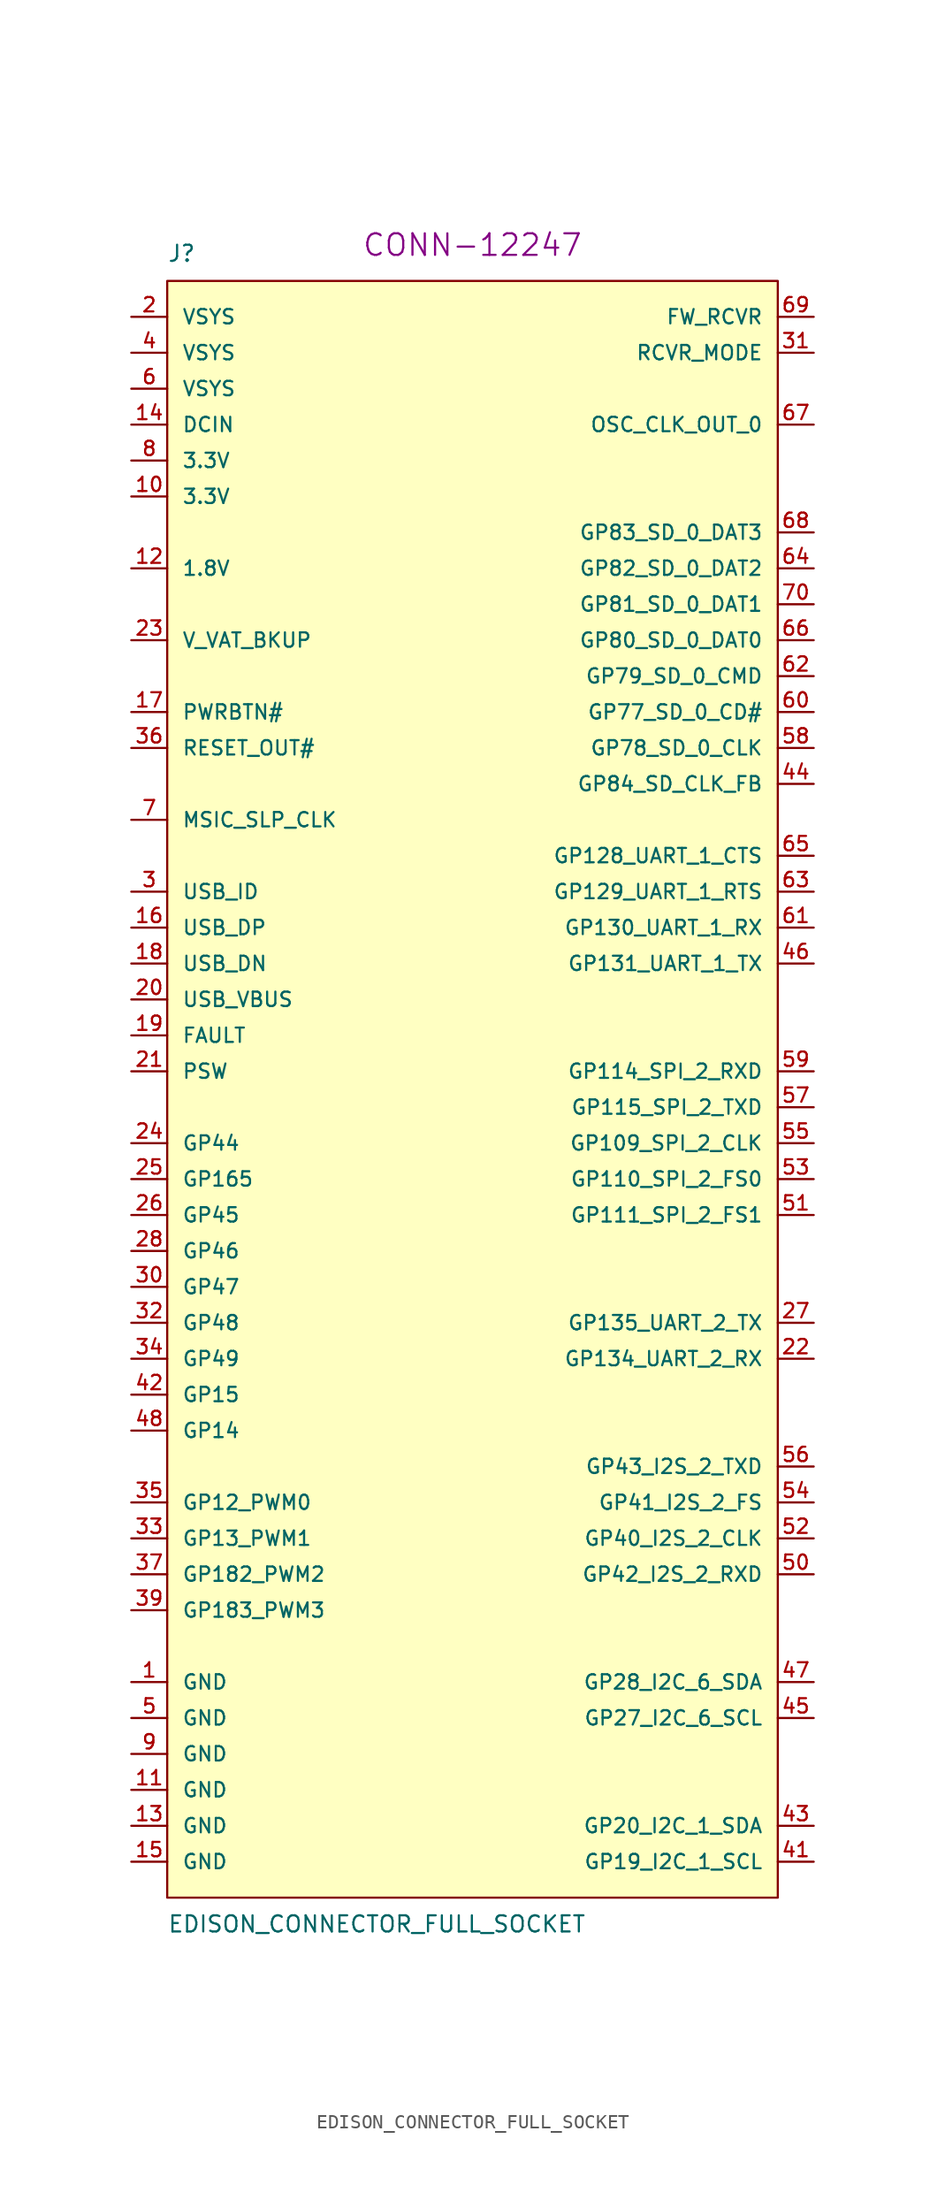
<source format=kicad_sym>
(kicad_symbol_lib
  (version 20201005)
  (generator kicad_symbol_editor)
  (symbol "EDISON_CONNECTOR_FULL_SOCKET"
    (pin_names
      (offset 1.016))
    (property "Reference" "J"
      (at -21.59 58.42 0)
      (effects (font (size 1.143 1.143)) (justify left bottom)))
    (property "Value" "EDISON_CONNECTOR_FULL_SOCKET"
      (at -21.59 -59.69 0)
      (effects (font (size 1.143 1.143)) (justify left bottom)))
    (property "Field4" "CONN-12247"
      (at 0 59.69 0)
      (effects (font (size 1.524 1.524))))
    (property "ki_locked" ""
      (at 0 0 0)
      (effects (font (size 1.27 1.27))))
    (symbol "EDISON_CONNECTOR_FULL_SOCKET_1_1"
      (polyline (pts (xy -21.59 57.15) (xy 21.59 57.15) (xy 21.59 -57.15) (xy -21.59 -57.15) (xy -21.59 57.15)) (stroke (width 0)) (fill (type background)))
      (pin bidirectional line (at -24.13 -41.91 0) (length 2.54) (name "GND" (effects (font (size 1.016 1.016)))) (number "1" (effects (font (size 1.016 1.016)))))
      (pin bidirectional line (at -24.13 54.61 0) (length 2.54) (name "VSYS" (effects (font (size 1.016 1.016)))) (number "2" (effects (font (size 1.016 1.016)))))
      (pin bidirectional line (at -24.13 13.97 0) (length 2.54) (name "USB_ID" (effects (font (size 1.016 1.016)))) (number "3" (effects (font (size 1.016 1.016)))))
      (pin bidirectional line (at -24.13 52.07 0) (length 2.54) (name "VSYS" (effects (font (size 1.016 1.016)))) (number "4" (effects (font (size 1.016 1.016)))))
      (pin bidirectional line (at -24.13 -44.45 0) (length 2.54) (name "GND" (effects (font (size 1.016 1.016)))) (number "5" (effects (font (size 1.016 1.016)))))
      (pin bidirectional line (at -24.13 49.53 0) (length 2.54) (name "VSYS" (effects (font (size 1.016 1.016)))) (number "6" (effects (font (size 1.016 1.016)))))
      (pin bidirectional line (at -24.13 19.05 0) (length 2.54) (name "MSIC_SLP_CLK" (effects (font (size 1.016 1.016)))) (number "7" (effects (font (size 1.016 1.016)))))
      (pin bidirectional line (at -24.13 44.45 0) (length 2.54) (name "3.3V" (effects (font (size 1.016 1.016)))) (number "8" (effects (font (size 1.016 1.016)))))
      (pin bidirectional line (at -24.13 -46.99 0) (length 2.54) (name "GND" (effects (font (size 1.016 1.016)))) (number "9" (effects (font (size 1.016 1.016)))))
      (pin bidirectional line (at -24.13 41.91 0) (length 2.54) (name "3.3V" (effects (font (size 1.016 1.016)))) (number "10" (effects (font (size 1.016 1.016)))))
      (pin bidirectional line (at -24.13 6.35 0) (length 2.54) (name "USB_VBUS" (effects (font (size 1.016 1.016)))) (number "20" (effects (font (size 1.016 1.016)))))
      (pin bidirectional line (at -24.13 -13.97 0) (length 2.54) (name "GP47" (effects (font (size 1.016 1.016)))) (number "30" (effects (font (size 1.016 1.016)))))
      (pin bidirectional line (at 24.13 -34.29 180) (length 2.54) (name "GP42_I2S_2_RXD" (effects (font (size 1.016 1.016)))) (number "50" (effects (font (size 1.016 1.016)))))
      (pin bidirectional line (at 24.13 26.67 180) (length 2.54) (name "GP77_SD_0_CD#" (effects (font (size 1.016 1.016)))) (number "60" (effects (font (size 1.016 1.016)))))
      (pin bidirectional line (at 24.13 34.29 180) (length 2.54) (name "GP81_SD_0_DAT1" (effects (font (size 1.016 1.016)))) (number "70" (effects (font (size 1.016 1.016)))))
      (pin bidirectional line (at -24.13 -49.53 0) (length 2.54) (name "GND" (effects (font (size 1.016 1.016)))) (number "11" (effects (font (size 1.016 1.016)))))
      (pin bidirectional line (at -24.13 1.27 0) (length 2.54) (name "PSW" (effects (font (size 1.016 1.016)))) (number "21" (effects (font (size 1.016 1.016)))))
      (pin bidirectional line (at 24.13 52.07 180) (length 2.54) (name "RCVR_MODE" (effects (font (size 1.016 1.016)))) (number "31" (effects (font (size 1.016 1.016)))))
      (pin bidirectional line (at 24.13 -54.61 180) (length 2.54) (name "GP19_I2C_1_SCL" (effects (font (size 1.016 1.016)))) (number "41" (effects (font (size 1.016 1.016)))))
      (pin bidirectional line (at 24.13 -8.89 180) (length 2.54) (name "GP111_SPI_2_FS1" (effects (font (size 1.016 1.016)))) (number "51" (effects (font (size 1.016 1.016)))))
      (pin bidirectional line (at 24.13 11.43 180) (length 2.54) (name "GP130_UART_1_RX" (effects (font (size 1.016 1.016)))) (number "61" (effects (font (size 1.016 1.016)))))
      (pin bidirectional line (at -24.13 36.83 0) (length 2.54) (name "1.8V" (effects (font (size 1.016 1.016)))) (number "12" (effects (font (size 1.016 1.016)))))
      (pin bidirectional line (at 24.13 -19.05 180) (length 2.54) (name "GP134_UART_2_RX" (effects (font (size 1.016 1.016)))) (number "22" (effects (font (size 1.016 1.016)))))
      (pin bidirectional line (at -24.13 -16.51 0) (length 2.54) (name "GP48" (effects (font (size 1.016 1.016)))) (number "32" (effects (font (size 1.016 1.016)))))
      (pin bidirectional line (at -24.13 -21.59 0) (length 2.54) (name "GP15" (effects (font (size 1.016 1.016)))) (number "42" (effects (font (size 1.016 1.016)))))
      (pin bidirectional line (at 24.13 -31.75 180) (length 2.54) (name "GP40_I2S_2_CLK" (effects (font (size 1.016 1.016)))) (number "52" (effects (font (size 1.016 1.016)))))
      (pin bidirectional line (at 24.13 29.21 180) (length 2.54) (name "GP79_SD_0_CMD" (effects (font (size 1.016 1.016)))) (number "62" (effects (font (size 1.016 1.016)))))
      (pin bidirectional line (at -24.13 -52.07 0) (length 2.54) (name "GND" (effects (font (size 1.016 1.016)))) (number "13" (effects (font (size 1.016 1.016)))))
      (pin bidirectional line (at -24.13 31.75 0) (length 2.54) (name "V_VAT_BKUP" (effects (font (size 1.016 1.016)))) (number "23" (effects (font (size 1.016 1.016)))))
      (pin bidirectional line (at -24.13 -31.75 0) (length 2.54) (name "GP13_PWM1" (effects (font (size 1.016 1.016)))) (number "33" (effects (font (size 1.016 1.016)))))
      (pin bidirectional line (at 24.13 -52.07 180) (length 2.54) (name "GP20_I2C_1_SDA" (effects (font (size 1.016 1.016)))) (number "43" (effects (font (size 1.016 1.016)))))
      (pin bidirectional line (at 24.13 -6.35 180) (length 2.54) (name "GP110_SPI_2_FS0" (effects (font (size 1.016 1.016)))) (number "53" (effects (font (size 1.016 1.016)))))
      (pin bidirectional line (at 24.13 13.97 180) (length 2.54) (name "GP129_UART_1_RTS" (effects (font (size 1.016 1.016)))) (number "63" (effects (font (size 1.016 1.016)))))
      (pin bidirectional line (at -24.13 46.99 0) (length 2.54) (name "DCIN" (effects (font (size 1.016 1.016)))) (number "14" (effects (font (size 1.016 1.016)))))
      (pin bidirectional line (at -24.13 -3.81 0) (length 2.54) (name "GP44" (effects (font (size 1.016 1.016)))) (number "24" (effects (font (size 1.016 1.016)))))
      (pin bidirectional line (at -24.13 -19.05 0) (length 2.54) (name "GP49" (effects (font (size 1.016 1.016)))) (number "34" (effects (font (size 1.016 1.016)))))
      (pin bidirectional line (at 24.13 21.59 180) (length 2.54) (name "GP84_SD_CLK_FB" (effects (font (size 1.016 1.016)))) (number "44" (effects (font (size 1.016 1.016)))))
      (pin bidirectional line (at 24.13 -29.21 180) (length 2.54) (name "GP41_I2S_2_FS" (effects (font (size 1.016 1.016)))) (number "54" (effects (font (size 1.016 1.016)))))
      (pin bidirectional line (at 24.13 36.83 180) (length 2.54) (name "GP82_SD_0_DAT2" (effects (font (size 1.016 1.016)))) (number "64" (effects (font (size 1.016 1.016)))))
      (pin bidirectional line (at -24.13 -54.61 0) (length 2.54) (name "GND" (effects (font (size 1.016 1.016)))) (number "15" (effects (font (size 1.016 1.016)))))
      (pin bidirectional line (at -24.13 -6.35 0) (length 2.54) (name "GP165" (effects (font (size 1.016 1.016)))) (number "25" (effects (font (size 1.016 1.016)))))
      (pin bidirectional line (at -24.13 -29.21 0) (length 2.54) (name "GP12_PWM0" (effects (font (size 1.016 1.016)))) (number "35" (effects (font (size 1.016 1.016)))))
      (pin bidirectional line (at 24.13 -44.45 180) (length 2.54) (name "GP27_I2C_6_SCL" (effects (font (size 1.016 1.016)))) (number "45" (effects (font (size 1.016 1.016)))))
      (pin bidirectional line (at 24.13 -3.81 180) (length 2.54) (name "GP109_SPI_2_CLK" (effects (font (size 1.016 1.016)))) (number "55" (effects (font (size 1.016 1.016)))))
      (pin bidirectional line (at 24.13 16.51 180) (length 2.54) (name "GP128_UART_1_CTS" (effects (font (size 1.016 1.016)))) (number "65" (effects (font (size 1.016 1.016)))))
      (pin bidirectional line (at -24.13 11.43 0) (length 2.54) (name "USB_DP" (effects (font (size 1.016 1.016)))) (number "16" (effects (font (size 1.016 1.016)))))
      (pin bidirectional line (at -24.13 -8.89 0) (length 2.54) (name "GP45" (effects (font (size 1.016 1.016)))) (number "26" (effects (font (size 1.016 1.016)))))
      (pin bidirectional line (at -24.13 24.13 0) (length 2.54) (name "RESET_OUT#" (effects (font (size 1.016 1.016)))) (number "36" (effects (font (size 1.016 1.016)))))
      (pin bidirectional line (at 24.13 8.89 180) (length 2.54) (name "GP131_UART_1_TX" (effects (font (size 1.016 1.016)))) (number "46" (effects (font (size 1.016 1.016)))))
      (pin bidirectional line (at 24.13 -26.67 180) (length 2.54) (name "GP43_I2S_2_TXD" (effects (font (size 1.016 1.016)))) (number "56" (effects (font (size 1.016 1.016)))))
      (pin bidirectional line (at 24.13 31.75 180) (length 2.54) (name "GP80_SD_0_DAT0" (effects (font (size 1.016 1.016)))) (number "66" (effects (font (size 1.016 1.016)))))
      (pin bidirectional line (at -24.13 26.67 0) (length 2.54) (name "PWRBTN#" (effects (font (size 1.016 1.016)))) (number "17" (effects (font (size 1.016 1.016)))))
      (pin bidirectional line (at 24.13 -16.51 180) (length 2.54) (name "GP135_UART_2_TX" (effects (font (size 1.016 1.016)))) (number "27" (effects (font (size 1.016 1.016)))))
      (pin bidirectional line (at -24.13 -34.29 0) (length 2.54) (name "GP182_PWM2" (effects (font (size 1.016 1.016)))) (number "37" (effects (font (size 1.016 1.016)))))
      (pin bidirectional line (at 24.13 -41.91 180) (length 2.54) (name "GP28_I2C_6_SDA" (effects (font (size 1.016 1.016)))) (number "47" (effects (font (size 1.016 1.016)))))
      (pin bidirectional line (at 24.13 -1.27 180) (length 2.54) (name "GP115_SPI_2_TXD" (effects (font (size 1.016 1.016)))) (number "57" (effects (font (size 1.016 1.016)))))
      (pin bidirectional line (at 24.13 46.99 180) (length 2.54) (name "OSC_CLK_OUT_0" (effects (font (size 1.016 1.016)))) (number "67" (effects (font (size 1.016 1.016)))))
      (pin bidirectional line (at -24.13 8.89 0) (length 2.54) (name "USB_DN" (effects (font (size 1.016 1.016)))) (number "18" (effects (font (size 1.016 1.016)))))
      (pin bidirectional line (at -24.13 -11.43 0) (length 2.54) (name "GP46" (effects (font (size 1.016 1.016)))) (number "28" (effects (font (size 1.016 1.016)))))
      (pin bidirectional line (at -24.13 -24.13 0) (length 2.54) (name "GP14" (effects (font (size 1.016 1.016)))) (number "48" (effects (font (size 1.016 1.016)))))
      (pin bidirectional line (at 24.13 24.13 180) (length 2.54) (name "GP78_SD_0_CLK" (effects (font (size 1.016 1.016)))) (number "58" (effects (font (size 1.016 1.016)))))
      (pin bidirectional line (at 24.13 39.37 180) (length 2.54) (name "GP83_SD_0_DAT3" (effects (font (size 1.016 1.016)))) (number "68" (effects (font (size 1.016 1.016)))))
      (pin bidirectional line (at -24.13 3.81 0) (length 2.54) (name "FAULT" (effects (font (size 1.016 1.016)))) (number "19" (effects (font (size 1.016 1.016)))))
      (pin bidirectional line (at -24.13 -36.83 0) (length 2.54) (name "GP183_PWM3" (effects (font (size 1.016 1.016)))) (number "39" (effects (font (size 1.016 1.016)))))
      (pin bidirectional line (at 24.13 1.27 180) (length 2.54) (name "GP114_SPI_2_RXD" (effects (font (size 1.016 1.016)))) (number "59" (effects (font (size 1.016 1.016)))))
      (pin bidirectional line (at 24.13 54.61 180) (length 2.54) (name "FW_RCVR" (effects (font (size 1.016 1.016)))) (number "69" (effects (font (size 1.016 1.016))))))))
</source>
